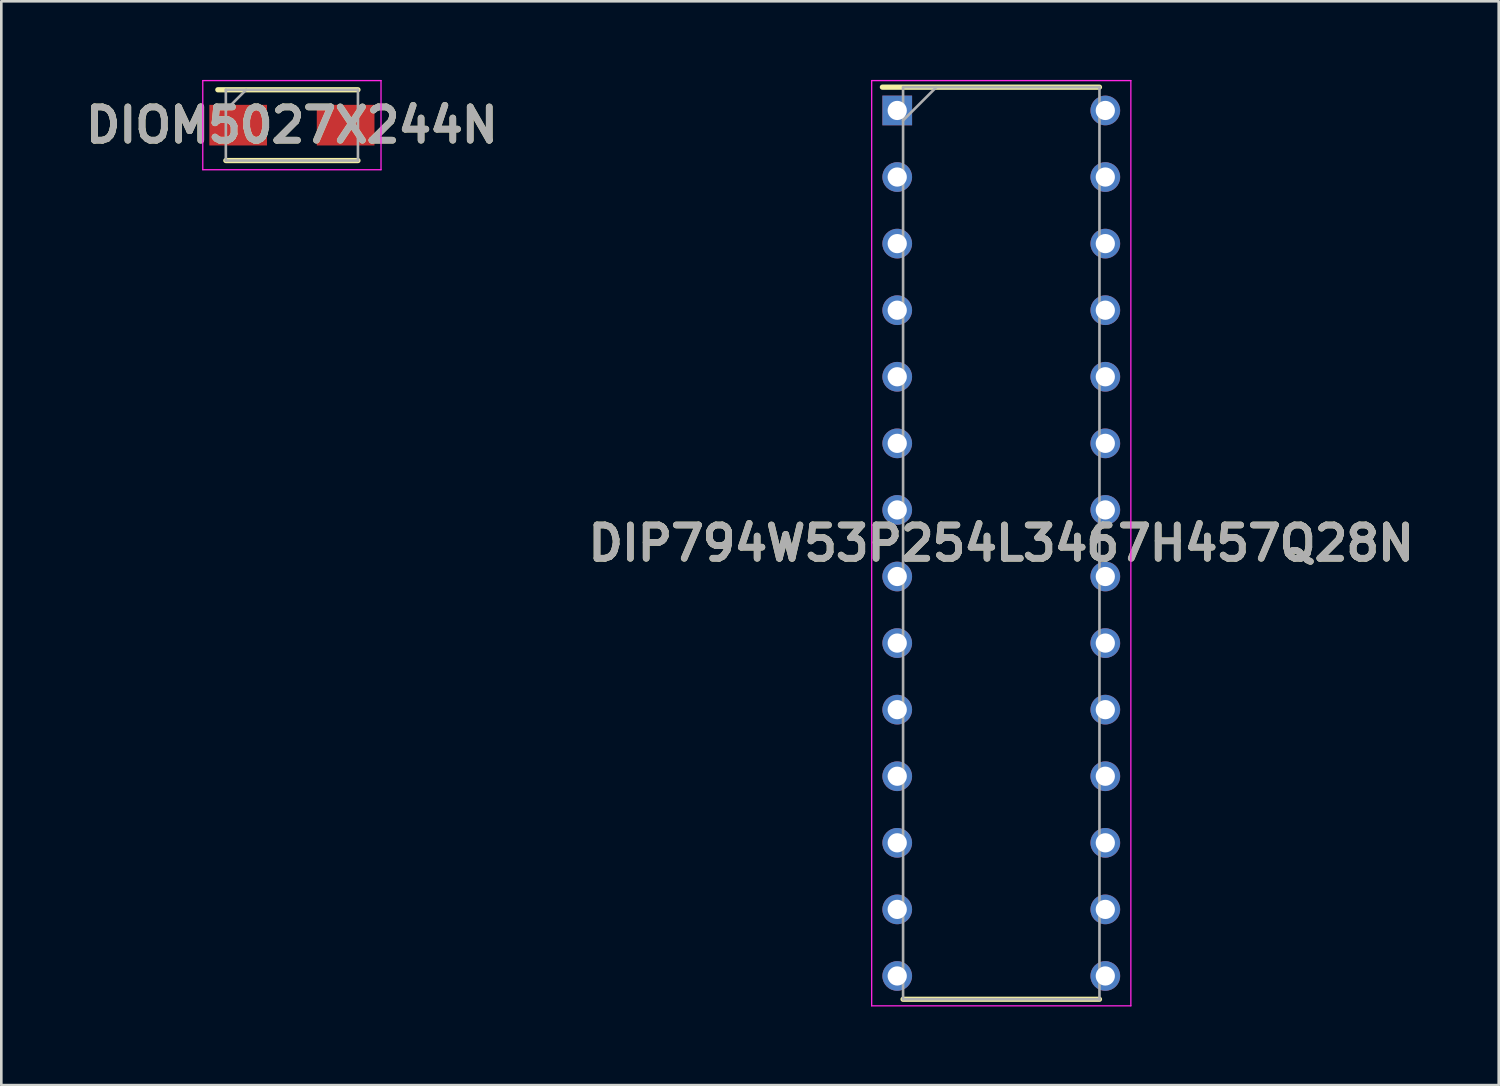
<source format=kicad_pcb>
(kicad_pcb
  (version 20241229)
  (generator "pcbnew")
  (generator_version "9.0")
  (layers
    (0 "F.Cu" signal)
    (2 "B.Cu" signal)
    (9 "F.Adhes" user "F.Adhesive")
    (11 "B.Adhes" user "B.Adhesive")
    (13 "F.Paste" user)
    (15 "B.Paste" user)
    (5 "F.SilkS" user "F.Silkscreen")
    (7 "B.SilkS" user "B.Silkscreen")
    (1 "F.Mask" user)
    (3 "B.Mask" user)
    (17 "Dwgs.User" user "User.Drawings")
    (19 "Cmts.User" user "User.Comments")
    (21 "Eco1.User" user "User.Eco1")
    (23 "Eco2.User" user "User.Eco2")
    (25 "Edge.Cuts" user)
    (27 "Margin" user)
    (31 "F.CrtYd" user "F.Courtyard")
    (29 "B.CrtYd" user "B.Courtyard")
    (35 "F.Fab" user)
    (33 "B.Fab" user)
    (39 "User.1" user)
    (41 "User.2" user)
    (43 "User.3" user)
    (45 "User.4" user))
  (footprint "DIP794W53P254L3467H457Q28N"
    (layer "F.Cu")
    (at 35.149 17.674)
    (property "Reference" "DIP794W53P254L3467H457Q28N" (at 0 0 0) (layer "F.SilkS") (effects (font (size 1.27 1.27) (thickness 0.254))))
    (attr through_hole)
    (fp_line (start -4.535 -17.399) (end 3.746 -17.399) (stroke (width 0.2) (type solid)) (layer "F.SilkS"))
    (fp_line (start -3.746 17.399) (end 3.746 17.399) (stroke (width 0.2) (type solid)) (layer "F.SilkS"))
    (fp_line (start -4.944 -17.649) (end 4.944 -17.649) (stroke (width 0.05) (type solid)) (layer "F.CrtYd"))
    (fp_line (start -4.944 17.649) (end -4.944 -17.649) (stroke (width 0.05) (type solid)) (layer "F.CrtYd"))
    (fp_line (start 4.944 -17.649) (end 4.944 17.649) (stroke (width 0.05) (type solid)) (layer "F.CrtYd"))
    (fp_line (start 4.944 17.649) (end -4.944 17.649) (stroke (width 0.05) (type solid)) (layer "F.CrtYd"))
    (fp_line (start -3.746 -17.399) (end 3.746 -17.399) (stroke (width 0.1) (type solid)) (layer "F.Fab"))
    (fp_line (start -3.746 -16.129) (end -2.476 -17.399) (stroke (width 0.1) (type solid)) (layer "F.Fab"))
    (fp_line (start -3.746 17.399) (end -3.746 -17.399) (stroke (width 0.1) (type solid)) (layer "F.Fab"))
    (fp_line (start 3.746 -17.399) (end 3.746 17.399) (stroke (width 0.1) (type solid)) (layer "F.Fab"))
    (fp_line (start 3.746 17.399) (end -3.746 17.399) (stroke (width 0.1) (type solid)) (layer "F.Fab"))
    (fp_text user "${REFERENCE}" (at 0 0 0) (layer "F.Fab") (effects (font (size 1.27 1.27) (thickness 0.254))))
    (pad "1" thru_hole rect (at -3.969 -16.51) (size 1.133 1.133) (drill 0.733) (layers "*.Cu" "*.Mask"))
    (pad "2" thru_hole circle (at -3.969 -13.97) (size 1.133 1.133) (drill 0.733) (layers "*.Cu" "*.Mask"))
    (pad "3" thru_hole circle (at -3.969 -11.43) (size 1.133 1.133) (drill 0.733) (layers "*.Cu" "*.Mask"))
    (pad "4" thru_hole circle (at -3.969 -8.89) (size 1.133 1.133) (drill 0.733) (layers "*.Cu" "*.Mask"))
    (pad "5" thru_hole circle (at -3.969 -6.35) (size 1.133 1.133) (drill 0.733) (layers "*.Cu" "*.Mask"))
    (pad "6" thru_hole circle (at -3.969 -3.81) (size 1.133 1.133) (drill 0.733) (layers "*.Cu" "*.Mask"))
    (pad "7" thru_hole circle (at -3.969 -1.27) (size 1.133 1.133) (drill 0.733) (layers "*.Cu" "*.Mask"))
    (pad "8" thru_hole circle (at -3.969 1.27) (size 1.133 1.133) (drill 0.733) (layers "*.Cu" "*.Mask"))
    (pad "9" thru_hole circle (at -3.969 3.81) (size 1.133 1.133) (drill 0.733) (layers "*.Cu" "*.Mask"))
    (pad "10" thru_hole circle (at -3.969 6.35) (size 1.133 1.133) (drill 0.733) (layers "*.Cu" "*.Mask"))
    (pad "11" thru_hole circle (at -3.969 8.89) (size 1.133 1.133) (drill 0.733) (layers "*.Cu" "*.Mask"))
    (pad "12" thru_hole circle (at -3.969 11.43) (size 1.133 1.133) (drill 0.733) (layers "*.Cu" "*.Mask"))
    (pad "13" thru_hole circle (at -3.969 13.97) (size 1.133 1.133) (drill 0.733) (layers "*.Cu" "*.Mask"))
    (pad "14" thru_hole circle (at -3.969 16.51) (size 1.133 1.133) (drill 0.733) (layers "*.Cu" "*.Mask"))
    (pad "15" thru_hole circle (at 3.969 16.51) (size 1.133 1.133) (drill 0.733) (layers "*.Cu" "*.Mask"))
    (pad "16" thru_hole circle (at 3.969 13.97) (size 1.133 1.133) (drill 0.733) (layers "*.Cu" "*.Mask"))
    (pad "17" thru_hole circle (at 3.969 11.43) (size 1.133 1.133) (drill 0.733) (layers "*.Cu" "*.Mask"))
    (pad "18" thru_hole circle (at 3.969 8.89) (size 1.133 1.133) (drill 0.733) (layers "*.Cu" "*.Mask"))
    (pad "19" thru_hole circle (at 3.969 6.35) (size 1.133 1.133) (drill 0.733) (layers "*.Cu" "*.Mask"))
    (pad "20" thru_hole circle (at 3.969 3.81) (size 1.133 1.133) (drill 0.733) (layers "*.Cu" "*.Mask"))
    (pad "21" thru_hole circle (at 3.969 1.27) (size 1.133 1.133) (drill 0.733) (layers "*.Cu" "*.Mask"))
    (pad "22" thru_hole circle (at 3.969 -1.27) (size 1.133 1.133) (drill 0.733) (layers "*.Cu" "*.Mask"))
    (pad "23" thru_hole circle (at 3.969 -3.81) (size 1.133 1.133) (drill 0.733) (layers "*.Cu" "*.Mask"))
    (pad "24" thru_hole circle (at 3.969 -6.35) (size 1.133 1.133) (drill 0.733) (layers "*.Cu" "*.Mask"))
    (pad "25" thru_hole circle (at 3.969 -8.89) (size 1.133 1.133) (drill 0.733) (layers "*.Cu" "*.Mask"))
    (pad "26" thru_hole circle (at 3.969 -11.43) (size 1.133 1.133) (drill 0.733) (layers "*.Cu" "*.Mask"))
    (pad "27" thru_hole circle (at 3.969 -13.97) (size 1.133 1.133) (drill 0.733) (layers "*.Cu" "*.Mask"))
    (pad "28" thru_hole circle (at 3.969 -16.51) (size 1.133 1.133) (drill 0.733) (layers "*.Cu" "*.Mask")))
  (footprint "DIOM5027X244N"
    (layer "F.Cu")
    (at 8.086 1.725)
    (property "Reference" "DIOM5027X244N" (at 0 0 0) (layer "F.SilkS") (effects (font (size 1.27 1.27) (thickness 0.254))))
    (attr smd)
    (fp_line (start -2.52 1.35) (end 2.52 1.35) (stroke (width 0.2) (type solid)) (layer "F.SilkS"))
    (fp_line (start 2.52 -1.35) (end -2.825 -1.35) (stroke (width 0.2) (type solid)) (layer "F.SilkS"))
    (fp_line (start -3.4 -1.7) (end 3.4 -1.7) (stroke (width 0.05) (type solid)) (layer "F.CrtYd"))
    (fp_line (start -3.4 1.7) (end -3.4 -1.7) (stroke (width 0.05) (type solid)) (layer "F.CrtYd"))
    (fp_line (start 3.4 -1.7) (end 3.4 1.7) (stroke (width 0.05) (type solid)) (layer "F.CrtYd"))
    (fp_line (start 3.4 1.7) (end -3.4 1.7) (stroke (width 0.05) (type solid)) (layer "F.CrtYd"))
    (fp_line (start -2.52 -1.35) (end 2.52 -1.35) (stroke (width 0.1) (type solid)) (layer "F.Fab"))
    (fp_line (start -2.52 -0.575) (end -1.745 -1.35) (stroke (width 0.1) (type solid)) (layer "F.Fab"))
    (fp_line (start -2.52 1.35) (end -2.52 -1.35) (stroke (width 0.1) (type solid)) (layer "F.Fab"))
    (fp_line (start 2.52 -1.35) (end 2.52 1.35) (stroke (width 0.1) (type solid)) (layer "F.Fab"))
    (fp_line (start 2.52 1.35) (end -2.52 1.35) (stroke (width 0.1) (type solid)) (layer "F.Fab"))
    (fp_text user "${REFERENCE}" (at 0 0 0) (layer "F.Fab") (effects (font (size 1.27 1.27) (thickness 0.254))))
    (pad "1" smd rect (at -2.05 0 90) (size 1.55 2.2) (layers "F.Cu" "F.Mask" "F.Paste"))
    (pad "2" smd rect (at 2.05 0 90) (size 1.55 2.2) (layers "F.Cu" "F.Mask" "F.Paste")))
  (gr_rect
    (start -3 -3)
    (end 54.127 38.348)
    (stroke (width 0.1) (type default))
    (fill no)
    (layer "Edge.Cuts")))
</source>
